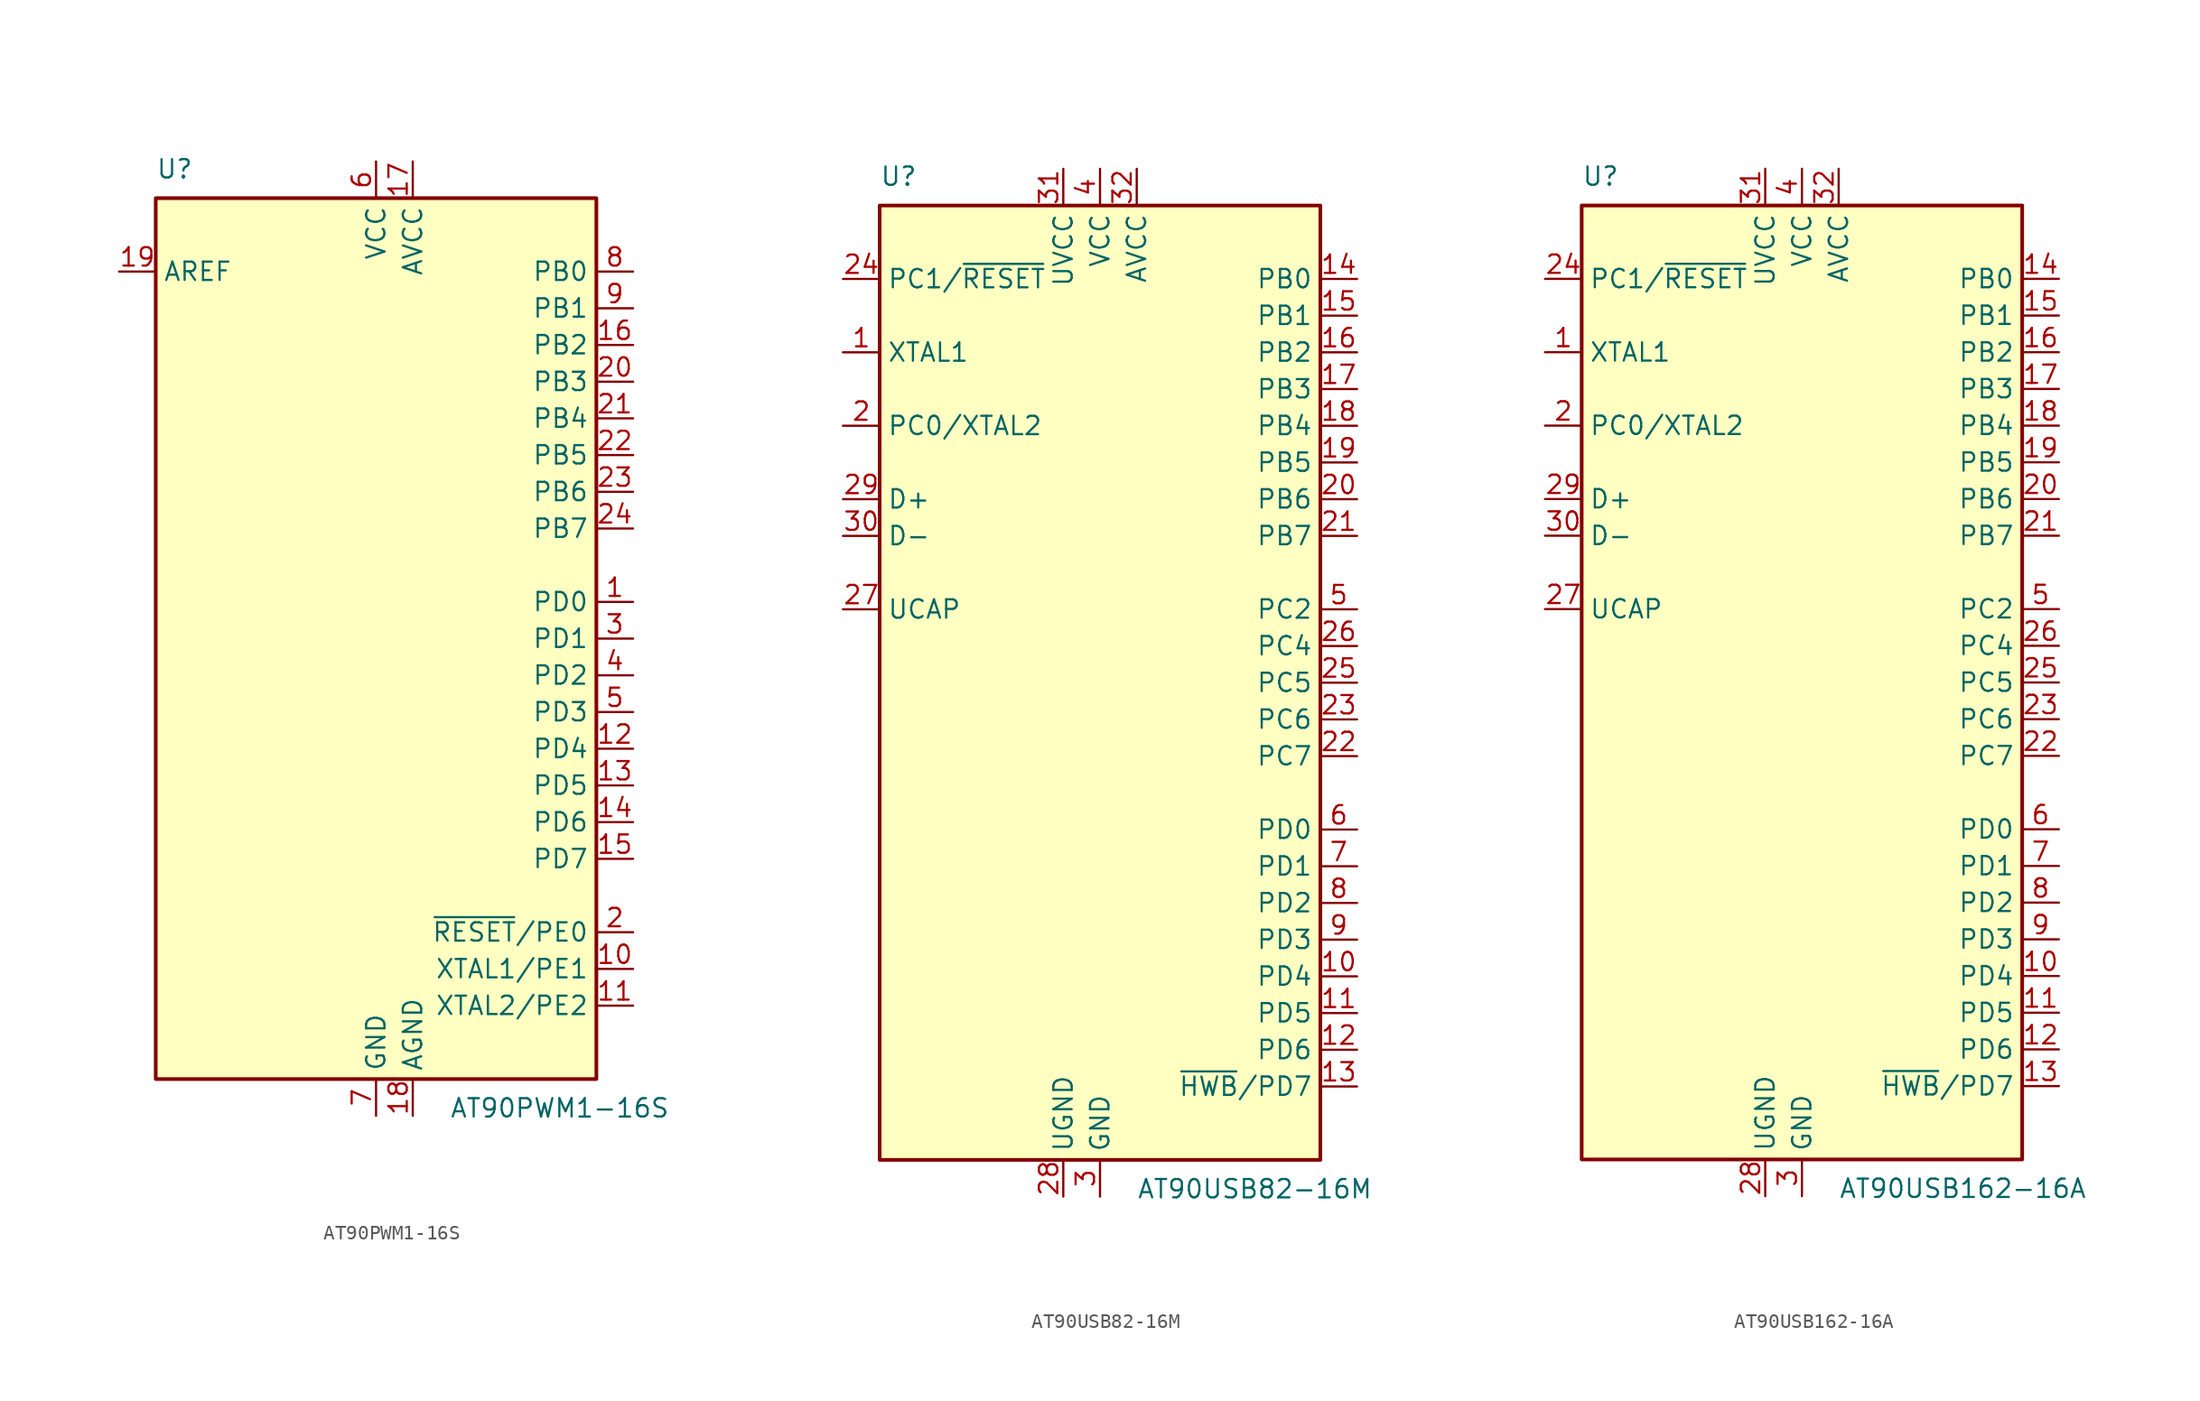
<source format=kicad_sym>
(kicad_symbol_lib
  (version 20201005)
  (generator kicad_symbol_editor)
  (symbol "MCU_Microchip_AVR:AT90PWM1-16S"
    (property "Reference" "U"
      (at -15.24 31.75 0)
      (effects (font (size 1.27 1.27)) (justify left bottom)))
    (property "Value" "AT90PWM1-16S"
      (at 5.08 -31.75 0)
      (effects (font (size 1.27 1.27)) (justify left top)))
    (symbol "AT90PWM1-16S_0_1"
      (rectangle (start -15.24 -30.48) (end 15.24 30.48) (stroke (width 0.254)) (fill (type background))))
    (symbol "AT90PWM1-16S_1_1"
      (pin bidirectional line (at 17.78 2.54 180) (length 2.54) (name "PD0" (effects (font (size 1.27 1.27)))) (number "1" (effects (font (size 1.27 1.27)))))
      (pin bidirectional line (at 17.78 -22.86 180) (length 2.54) (name "XTAL1/PE1" (effects (font (size 1.27 1.27)))) (number "10" (effects (font (size 1.27 1.27)))))
      (pin bidirectional line (at 17.78 -25.4 180) (length 2.54) (name "XTAL2/PE2" (effects (font (size 1.27 1.27)))) (number "11" (effects (font (size 1.27 1.27)))))
      (pin bidirectional line (at 17.78 -7.62 180) (length 2.54) (name "PD4" (effects (font (size 1.27 1.27)))) (number "12" (effects (font (size 1.27 1.27)))))
      (pin bidirectional line (at 17.78 -10.16 180) (length 2.54) (name "PD5" (effects (font (size 1.27 1.27)))) (number "13" (effects (font (size 1.27 1.27)))))
      (pin bidirectional line (at 17.78 -12.7 180) (length 2.54) (name "PD6" (effects (font (size 1.27 1.27)))) (number "14" (effects (font (size 1.27 1.27)))))
      (pin bidirectional line (at 17.78 -15.24 180) (length 2.54) (name "PD7" (effects (font (size 1.27 1.27)))) (number "15" (effects (font (size 1.27 1.27)))))
      (pin bidirectional line (at 17.78 20.32 180) (length 2.54) (name "PB2" (effects (font (size 1.27 1.27)))) (number "16" (effects (font (size 1.27 1.27)))))
      (pin power_in line (at 2.54 33.02 270) (length 2.54) (name "AVCC" (effects (font (size 1.27 1.27)))) (number "17" (effects (font (size 1.27 1.27)))))
      (pin power_in line (at 2.54 -33.02 90) (length 2.54) (name "AGND" (effects (font (size 1.27 1.27)))) (number "18" (effects (font (size 1.27 1.27)))))
      (pin passive line (at -17.78 25.4 0) (length 2.54) (name "AREF" (effects (font (size 1.27 1.27)))) (number "19" (effects (font (size 1.27 1.27)))))
      (pin bidirectional line (at 17.78 -20.32 180) (length 2.54) (name "~RESET~/PE0" (effects (font (size 1.27 1.27)))) (number "2" (effects (font (size 1.27 1.27)))))
      (pin bidirectional line (at 17.78 17.78 180) (length 2.54) (name "PB3" (effects (font (size 1.27 1.27)))) (number "20" (effects (font (size 1.27 1.27)))))
      (pin bidirectional line (at 17.78 15.24 180) (length 2.54) (name "PB4" (effects (font (size 1.27 1.27)))) (number "21" (effects (font (size 1.27 1.27)))))
      (pin bidirectional line (at 17.78 12.7 180) (length 2.54) (name "PB5" (effects (font (size 1.27 1.27)))) (number "22" (effects (font (size 1.27 1.27)))))
      (pin bidirectional line (at 17.78 10.16 180) (length 2.54) (name "PB6" (effects (font (size 1.27 1.27)))) (number "23" (effects (font (size 1.27 1.27)))))
      (pin bidirectional line (at 17.78 7.62 180) (length 2.54) (name "PB7" (effects (font (size 1.27 1.27)))) (number "24" (effects (font (size 1.27 1.27)))))
      (pin bidirectional line (at 17.78 0 180) (length 2.54) (name "PD1" (effects (font (size 1.27 1.27)))) (number "3" (effects (font (size 1.27 1.27)))))
      (pin bidirectional line (at 17.78 -2.54 180) (length 2.54) (name "PD2" (effects (font (size 1.27 1.27)))) (number "4" (effects (font (size 1.27 1.27)))))
      (pin bidirectional line (at 17.78 -5.08 180) (length 2.54) (name "PD3" (effects (font (size 1.27 1.27)))) (number "5" (effects (font (size 1.27 1.27)))))
      (pin power_in line (at 0 33.02 270) (length 2.54) (name "VCC" (effects (font (size 1.27 1.27)))) (number "6" (effects (font (size 1.27 1.27)))))
      (pin power_in line (at 0 -33.02 90) (length 2.54) (name "GND" (effects (font (size 1.27 1.27)))) (number "7" (effects (font (size 1.27 1.27)))))
      (pin bidirectional line (at 17.78 25.4 180) (length 2.54) (name "PB0" (effects (font (size 1.27 1.27)))) (number "8" (effects (font (size 1.27 1.27)))))
      (pin bidirectional line (at 17.78 22.86 180) (length 2.54) (name "PB1" (effects (font (size 1.27 1.27)))) (number "9" (effects (font (size 1.27 1.27)))))))
  (symbol "MCU_Microchip_AVR:AT90USB82-16M"
    (property "Reference" "U"
      (at -15.24 34.29 0)
      (effects (font (size 1.27 1.27)) (justify left bottom)))
    (property "Value" "AT90USB82-16M"
      (at 2.54 -34.29 0)
      (effects (font (size 1.27 1.27)) (justify left top)))
    (symbol "AT90USB82-16M_0_1"
      (rectangle (start -15.24 -33.02) (end 15.24 33.02) (stroke (width 0.254)) (fill (type background))))
    (symbol "AT90USB82-16M_1_1"
      (pin input line (at -17.78 22.86 0) (length 2.54) (name "XTAL1" (effects (font (size 1.27 1.27)))) (number "1" (effects (font (size 1.27 1.27)))))
      (pin bidirectional line (at 17.78 -20.32 180) (length 2.54) (name "PD4" (effects (font (size 1.27 1.27)))) (number "10" (effects (font (size 1.27 1.27)))))
      (pin bidirectional line (at 17.78 -22.86 180) (length 2.54) (name "PD5" (effects (font (size 1.27 1.27)))) (number "11" (effects (font (size 1.27 1.27)))))
      (pin bidirectional line (at 17.78 -25.4 180) (length 2.54) (name "PD6" (effects (font (size 1.27 1.27)))) (number "12" (effects (font (size 1.27 1.27)))))
      (pin bidirectional line (at 17.78 -27.94 180) (length 2.54) (name "~HWB~/PD7" (effects (font (size 1.27 1.27)))) (number "13" (effects (font (size 1.27 1.27)))))
      (pin bidirectional line (at 17.78 27.94 180) (length 2.54) (name "PB0" (effects (font (size 1.27 1.27)))) (number "14" (effects (font (size 1.27 1.27)))))
      (pin bidirectional line (at 17.78 25.4 180) (length 2.54) (name "PB1" (effects (font (size 1.27 1.27)))) (number "15" (effects (font (size 1.27 1.27)))))
      (pin bidirectional line (at 17.78 22.86 180) (length 2.54) (name "PB2" (effects (font (size 1.27 1.27)))) (number "16" (effects (font (size 1.27 1.27)))))
      (pin bidirectional line (at 17.78 20.32 180) (length 2.54) (name "PB3" (effects (font (size 1.27 1.27)))) (number "17" (effects (font (size 1.27 1.27)))))
      (pin bidirectional line (at 17.78 17.78 180) (length 2.54) (name "PB4" (effects (font (size 1.27 1.27)))) (number "18" (effects (font (size 1.27 1.27)))))
      (pin bidirectional line (at 17.78 15.24 180) (length 2.54) (name "PB5" (effects (font (size 1.27 1.27)))) (number "19" (effects (font (size 1.27 1.27)))))
      (pin bidirectional line (at -17.78 17.78 0) (length 2.54) (name "PC0/XTAL2" (effects (font (size 1.27 1.27)))) (number "2" (effects (font (size 1.27 1.27)))))
      (pin bidirectional line (at 17.78 12.7 180) (length 2.54) (name "PB6" (effects (font (size 1.27 1.27)))) (number "20" (effects (font (size 1.27 1.27)))))
      (pin bidirectional line (at 17.78 10.16 180) (length 2.54) (name "PB7" (effects (font (size 1.27 1.27)))) (number "21" (effects (font (size 1.27 1.27)))))
      (pin bidirectional line (at 17.78 -5.08 180) (length 2.54) (name "PC7" (effects (font (size 1.27 1.27)))) (number "22" (effects (font (size 1.27 1.27)))))
      (pin bidirectional line (at 17.78 -2.54 180) (length 2.54) (name "PC6" (effects (font (size 1.27 1.27)))) (number "23" (effects (font (size 1.27 1.27)))))
      (pin bidirectional line (at -17.78 27.94 0) (length 2.54) (name "PC1/~RESET" (effects (font (size 1.27 1.27)))) (number "24" (effects (font (size 1.27 1.27)))))
      (pin bidirectional line (at 17.78 0 180) (length 2.54) (name "PC5" (effects (font (size 1.27 1.27)))) (number "25" (effects (font (size 1.27 1.27)))))
      (pin bidirectional line (at 17.78 2.54 180) (length 2.54) (name "PC4" (effects (font (size 1.27 1.27)))) (number "26" (effects (font (size 1.27 1.27)))))
      (pin passive line (at -17.78 5.08 0) (length 2.54) (name "UCAP" (effects (font (size 1.27 1.27)))) (number "27" (effects (font (size 1.27 1.27)))))
      (pin power_in line (at -2.54 -35.56 90) (length 2.54) (name "UGND" (effects (font (size 1.27 1.27)))) (number "28" (effects (font (size 1.27 1.27)))))
      (pin bidirectional line (at -17.78 12.7 0) (length 2.54) (name "D+" (effects (font (size 1.27 1.27)))) (number "29" (effects (font (size 1.27 1.27)))))
      (pin power_in line (at 0 -35.56 90) (length 2.54) (name "GND" (effects (font (size 1.27 1.27)))) (number "3" (effects (font (size 1.27 1.27)))))
      (pin bidirectional line (at -17.78 10.16 0) (length 2.54) (name "D-" (effects (font (size 1.27 1.27)))) (number "30" (effects (font (size 1.27 1.27)))))
      (pin power_in line (at -2.54 35.56 270) (length 2.54) (name "UVCC" (effects (font (size 1.27 1.27)))) (number "31" (effects (font (size 1.27 1.27)))))
      (pin power_in line (at 2.54 35.56 270) (length 2.54) (name "AVCC" (effects (font (size 1.27 1.27)))) (number "32" (effects (font (size 1.27 1.27)))))
      (pin passive line (at 0 -35.56 90) (length 2.54) hide (name "GND" (effects (font (size 1.27 1.27)))) (number "33" (effects (font (size 1.27 1.27)))))
      (pin power_in line (at 0 35.56 270) (length 2.54) (name "VCC" (effects (font (size 1.27 1.27)))) (number "4" (effects (font (size 1.27 1.27)))))
      (pin bidirectional line (at 17.78 5.08 180) (length 2.54) (name "PC2" (effects (font (size 1.27 1.27)))) (number "5" (effects (font (size 1.27 1.27)))))
      (pin bidirectional line (at 17.78 -10.16 180) (length 2.54) (name "PD0" (effects (font (size 1.27 1.27)))) (number "6" (effects (font (size 1.27 1.27)))))
      (pin bidirectional line (at 17.78 -12.7 180) (length 2.54) (name "PD1" (effects (font (size 1.27 1.27)))) (number "7" (effects (font (size 1.27 1.27)))))
      (pin bidirectional line (at 17.78 -15.24 180) (length 2.54) (name "PD2" (effects (font (size 1.27 1.27)))) (number "8" (effects (font (size 1.27 1.27)))))
      (pin bidirectional line (at 17.78 -17.78 180) (length 2.54) (name "PD3" (effects (font (size 1.27 1.27)))) (number "9" (effects (font (size 1.27 1.27)))))))
  (symbol "MCU_Microchip_AVR:AT90USB162-16A"
    (property "Reference" "U"
      (at -15.24 34.29 0)
      (effects (font (size 1.27 1.27)) (justify left bottom)))
    (property "Value" "AT90USB162-16A"
      (at 2.54 -34.29 0)
      (effects (font (size 1.27 1.27)) (justify left top)))
    (symbol "AT90USB162-16A_0_1"
      (rectangle (start -15.24 -33.02) (end 15.24 33.02) (stroke (width 0.254)) (fill (type background))))
    (symbol "AT90USB162-16A_1_1"
      (pin input line (at -17.78 22.86 0) (length 2.54) (name "XTAL1" (effects (font (size 1.27 1.27)))) (number "1" (effects (font (size 1.27 1.27)))))
      (pin bidirectional line (at 17.78 -20.32 180) (length 2.54) (name "PD4" (effects (font (size 1.27 1.27)))) (number "10" (effects (font (size 1.27 1.27)))))
      (pin bidirectional line (at 17.78 -22.86 180) (length 2.54) (name "PD5" (effects (font (size 1.27 1.27)))) (number "11" (effects (font (size 1.27 1.27)))))
      (pin bidirectional line (at 17.78 -25.4 180) (length 2.54) (name "PD6" (effects (font (size 1.27 1.27)))) (number "12" (effects (font (size 1.27 1.27)))))
      (pin bidirectional line (at 17.78 -27.94 180) (length 2.54) (name "~HWB~/PD7" (effects (font (size 1.27 1.27)))) (number "13" (effects (font (size 1.27 1.27)))))
      (pin bidirectional line (at 17.78 27.94 180) (length 2.54) (name "PB0" (effects (font (size 1.27 1.27)))) (number "14" (effects (font (size 1.27 1.27)))))
      (pin bidirectional line (at 17.78 25.4 180) (length 2.54) (name "PB1" (effects (font (size 1.27 1.27)))) (number "15" (effects (font (size 1.27 1.27)))))
      (pin bidirectional line (at 17.78 22.86 180) (length 2.54) (name "PB2" (effects (font (size 1.27 1.27)))) (number "16" (effects (font (size 1.27 1.27)))))
      (pin bidirectional line (at 17.78 20.32 180) (length 2.54) (name "PB3" (effects (font (size 1.27 1.27)))) (number "17" (effects (font (size 1.27 1.27)))))
      (pin bidirectional line (at 17.78 17.78 180) (length 2.54) (name "PB4" (effects (font (size 1.27 1.27)))) (number "18" (effects (font (size 1.27 1.27)))))
      (pin bidirectional line (at 17.78 15.24 180) (length 2.54) (name "PB5" (effects (font (size 1.27 1.27)))) (number "19" (effects (font (size 1.27 1.27)))))
      (pin bidirectional line (at -17.78 17.78 0) (length 2.54) (name "PC0/XTAL2" (effects (font (size 1.27 1.27)))) (number "2" (effects (font (size 1.27 1.27)))))
      (pin bidirectional line (at 17.78 12.7 180) (length 2.54) (name "PB6" (effects (font (size 1.27 1.27)))) (number "20" (effects (font (size 1.27 1.27)))))
      (pin bidirectional line (at 17.78 10.16 180) (length 2.54) (name "PB7" (effects (font (size 1.27 1.27)))) (number "21" (effects (font (size 1.27 1.27)))))
      (pin bidirectional line (at 17.78 -5.08 180) (length 2.54) (name "PC7" (effects (font (size 1.27 1.27)))) (number "22" (effects (font (size 1.27 1.27)))))
      (pin bidirectional line (at 17.78 -2.54 180) (length 2.54) (name "PC6" (effects (font (size 1.27 1.27)))) (number "23" (effects (font (size 1.27 1.27)))))
      (pin bidirectional line (at -17.78 27.94 0) (length 2.54) (name "PC1/~RESET" (effects (font (size 1.27 1.27)))) (number "24" (effects (font (size 1.27 1.27)))))
      (pin bidirectional line (at 17.78 0 180) (length 2.54) (name "PC5" (effects (font (size 1.27 1.27)))) (number "25" (effects (font (size 1.27 1.27)))))
      (pin bidirectional line (at 17.78 2.54 180) (length 2.54) (name "PC4" (effects (font (size 1.27 1.27)))) (number "26" (effects (font (size 1.27 1.27)))))
      (pin passive line (at -17.78 5.08 0) (length 2.54) (name "UCAP" (effects (font (size 1.27 1.27)))) (number "27" (effects (font (size 1.27 1.27)))))
      (pin power_in line (at -2.54 -35.56 90) (length 2.54) (name "UGND" (effects (font (size 1.27 1.27)))) (number "28" (effects (font (size 1.27 1.27)))))
      (pin bidirectional line (at -17.78 12.7 0) (length 2.54) (name "D+" (effects (font (size 1.27 1.27)))) (number "29" (effects (font (size 1.27 1.27)))))
      (pin power_in line (at 0 -35.56 90) (length 2.54) (name "GND" (effects (font (size 1.27 1.27)))) (number "3" (effects (font (size 1.27 1.27)))))
      (pin bidirectional line (at -17.78 10.16 0) (length 2.54) (name "D-" (effects (font (size 1.27 1.27)))) (number "30" (effects (font (size 1.27 1.27)))))
      (pin power_in line (at -2.54 35.56 270) (length 2.54) (name "UVCC" (effects (font (size 1.27 1.27)))) (number "31" (effects (font (size 1.27 1.27)))))
      (pin power_in line (at 2.54 35.56 270) (length 2.54) (name "AVCC" (effects (font (size 1.27 1.27)))) (number "32" (effects (font (size 1.27 1.27)))))
      (pin power_in line (at 0 35.56 270) (length 2.54) (name "VCC" (effects (font (size 1.27 1.27)))) (number "4" (effects (font (size 1.27 1.27)))))
      (pin bidirectional line (at 17.78 5.08 180) (length 2.54) (name "PC2" (effects (font (size 1.27 1.27)))) (number "5" (effects (font (size 1.27 1.27)))))
      (pin bidirectional line (at 17.78 -10.16 180) (length 2.54) (name "PD0" (effects (font (size 1.27 1.27)))) (number "6" (effects (font (size 1.27 1.27)))))
      (pin bidirectional line (at 17.78 -12.7 180) (length 2.54) (name "PD1" (effects (font (size 1.27 1.27)))) (number "7" (effects (font (size 1.27 1.27)))))
      (pin bidirectional line (at 17.78 -15.24 180) (length 2.54) (name "PD2" (effects (font (size 1.27 1.27)))) (number "8" (effects (font (size 1.27 1.27)))))
      (pin bidirectional line (at 17.78 -17.78 180) (length 2.54) (name "PD3" (effects (font (size 1.27 1.27)))) (number "9" (effects (font (size 1.27 1.27))))))))
</source>
